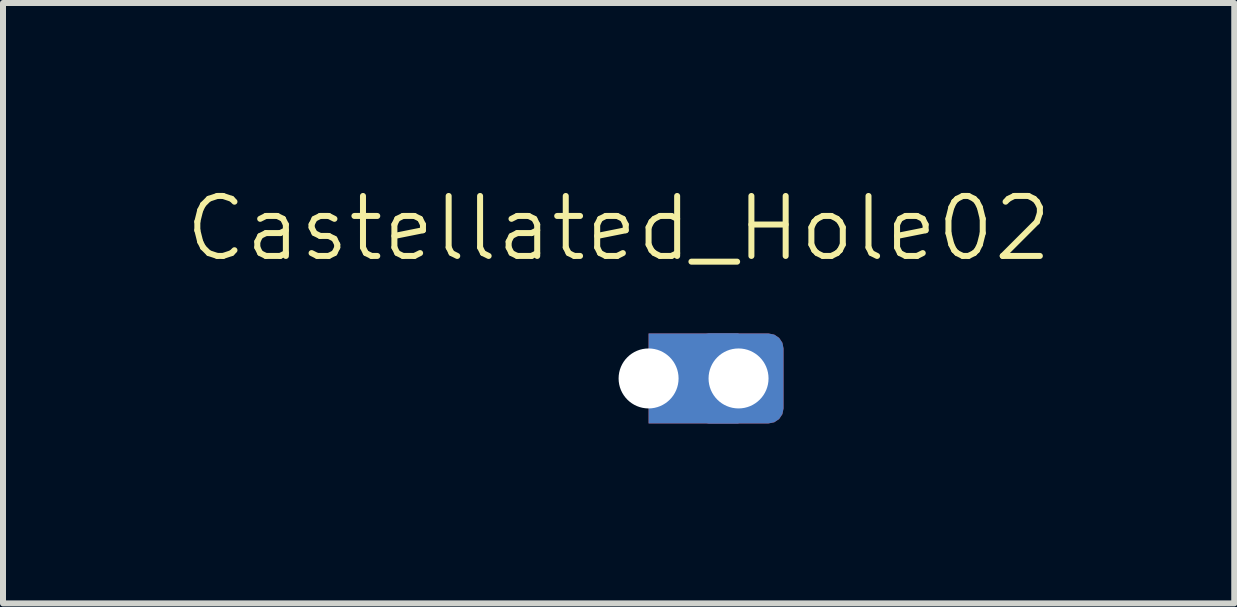
<source format=kicad_pcb>
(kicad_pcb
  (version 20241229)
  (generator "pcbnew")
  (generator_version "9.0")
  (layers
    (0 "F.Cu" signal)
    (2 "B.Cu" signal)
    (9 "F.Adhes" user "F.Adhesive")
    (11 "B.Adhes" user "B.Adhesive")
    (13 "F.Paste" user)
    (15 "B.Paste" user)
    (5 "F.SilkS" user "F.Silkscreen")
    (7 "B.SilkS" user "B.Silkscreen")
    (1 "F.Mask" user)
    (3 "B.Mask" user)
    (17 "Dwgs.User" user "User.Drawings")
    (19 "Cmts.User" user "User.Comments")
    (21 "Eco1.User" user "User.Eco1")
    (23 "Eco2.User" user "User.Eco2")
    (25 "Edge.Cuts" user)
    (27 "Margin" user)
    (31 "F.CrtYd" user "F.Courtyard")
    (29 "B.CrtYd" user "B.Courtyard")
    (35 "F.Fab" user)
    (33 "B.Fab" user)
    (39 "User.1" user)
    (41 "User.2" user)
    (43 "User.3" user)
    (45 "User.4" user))
  (footprint "Castellated_Hole02"
    (layer "F.Cu")
    (at 7.764 3.26)
    (property "Reference" "Castellated_Hole02" (at -0.5 -2.5 0) (unlocked yes) (layer "F.SilkS") (effects (font (size 1 1) (thickness 0.1))))
    (pad "1" thru_hole rect (at 0 0) (size 1.5 1.5) (drill 1 (offset 0.75 0)) (property pad_prop_castellated) (layers "*.Cu" "*.Mask"))
    (pad "1" thru_hole roundrect (at 1.5 0) (size 1.5 1.5) (drill 1) (property pad_prop_castellated) (layers "*.Cu" "*.Mask") (roundrect_rratio 0.167)))
  (gr_rect
    (start -3 -3)
    (end 17.529 7.011)
    (stroke (width 0.1) (type default))
    (fill no)
    (layer "Edge.Cuts")))
</source>
